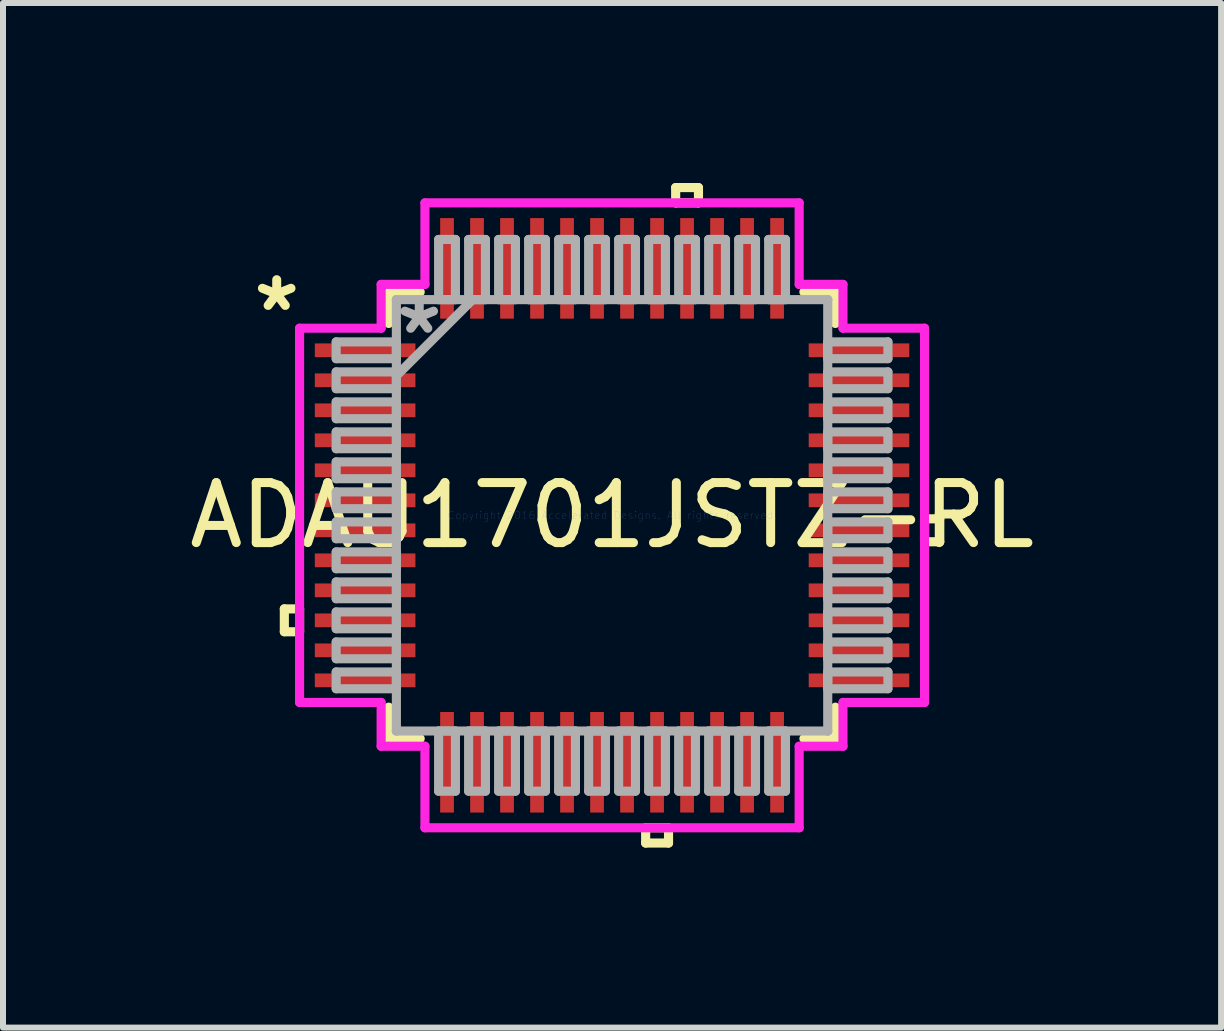
<source format=kicad_pcb>
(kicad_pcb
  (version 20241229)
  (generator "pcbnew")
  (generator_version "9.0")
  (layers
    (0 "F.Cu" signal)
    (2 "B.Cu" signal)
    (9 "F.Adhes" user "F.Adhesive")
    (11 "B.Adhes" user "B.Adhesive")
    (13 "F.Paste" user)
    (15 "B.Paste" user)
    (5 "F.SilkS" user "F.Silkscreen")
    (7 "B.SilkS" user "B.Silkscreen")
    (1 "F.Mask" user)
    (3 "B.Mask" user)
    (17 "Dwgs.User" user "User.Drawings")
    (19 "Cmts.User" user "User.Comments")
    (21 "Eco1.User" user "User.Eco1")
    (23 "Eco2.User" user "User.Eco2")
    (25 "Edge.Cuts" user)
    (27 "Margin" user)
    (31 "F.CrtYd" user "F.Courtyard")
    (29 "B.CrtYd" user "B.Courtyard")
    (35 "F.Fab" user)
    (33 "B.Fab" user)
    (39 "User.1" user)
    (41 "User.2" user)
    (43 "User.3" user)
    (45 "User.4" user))
  (footprint "ADAU1701JSTZ-RL"
    (layer "F.Cu")
    (at 7.149 5.537)
    (property "Reference" "ADAU1701JSTZ-RL" (at 0 0 0) (layer "F.SilkS") (effects (font (size 1 1) (thickness 0.15))))
    (attr through_hole)
    (fp_line (start -5.461 1.559) (end -5.461 1.94) (stroke (width 0.152) (type solid)) (layer "F.SilkS"))
    (fp_line (start -5.461 1.94) (end -5.207 1.94) (stroke (width 0.152) (type solid)) (layer "F.SilkS"))
    (fp_line (start -5.207 1.559) (end -5.461 1.559) (stroke (width 0.152) (type solid)) (layer "F.SilkS"))
    (fp_line (start -5.207 1.94) (end -5.207 1.559) (stroke (width 0.152) (type solid)) (layer "F.SilkS"))
    (fp_line (start -3.721 -3.721) (end -3.721 -3.197) (stroke (width 0.152) (type solid)) (layer "F.SilkS"))
    (fp_line (start -3.721 3.197) (end -3.721 3.721) (stroke (width 0.152) (type solid)) (layer "F.SilkS"))
    (fp_line (start -3.721 3.721) (end -3.197 3.721) (stroke (width 0.152) (type solid)) (layer "F.SilkS"))
    (fp_line (start -3.197 -3.721) (end -3.721 -3.721) (stroke (width 0.152) (type solid)) (layer "F.SilkS"))
    (fp_line (start 0.56 5.207) (end 0.56 5.461) (stroke (width 0.152) (type solid)) (layer "F.SilkS"))
    (fp_line (start 0.56 5.461) (end 0.941 5.461) (stroke (width 0.152) (type solid)) (layer "F.SilkS"))
    (fp_line (start 0.941 5.207) (end 0.56 5.207) (stroke (width 0.152) (type solid)) (layer "F.SilkS"))
    (fp_line (start 0.941 5.461) (end 0.941 5.207) (stroke (width 0.152) (type solid)) (layer "F.SilkS"))
    (fp_line (start 1.06 -5.461) (end 1.44 -5.461) (stroke (width 0.152) (type solid)) (layer "F.SilkS"))
    (fp_line (start 1.06 -5.207) (end 1.06 -5.461) (stroke (width 0.152) (type solid)) (layer "F.SilkS"))
    (fp_line (start 1.44 -5.461) (end 1.44 -5.207) (stroke (width 0.152) (type solid)) (layer "F.SilkS"))
    (fp_line (start 1.44 -5.207) (end 1.06 -5.207) (stroke (width 0.152) (type solid)) (layer "F.SilkS"))
    (fp_line (start 3.197 3.721) (end 3.721 3.721) (stroke (width 0.152) (type solid)) (layer "F.SilkS"))
    (fp_line (start 3.721 -3.721) (end 3.197 -3.721) (stroke (width 0.152) (type solid)) (layer "F.SilkS"))
    (fp_line (start 3.721 -3.197) (end 3.721 -3.721) (stroke (width 0.152) (type solid)) (layer "F.SilkS"))
    (fp_line (start 3.721 3.721) (end 3.721 3.197) (stroke (width 0.152) (type solid)) (layer "F.SilkS"))
    (fp_line (start 5.207 0.059) (end 5.461 0.059) (stroke (width 0.152) (type solid)) (layer "F.SilkS"))
    (fp_line (start 5.207 0.441) (end 5.207 0.059) (stroke (width 0.152) (type solid)) (layer "F.SilkS"))
    (fp_line (start 5.461 0.059) (end 5.461 0.441) (stroke (width 0.152) (type solid)) (layer "F.SilkS"))
    (fp_line (start 5.461 0.441) (end 5.207 0.441) (stroke (width 0.152) (type solid)) (layer "F.SilkS"))
    (fp_line (start -5.207 -3.118) (end -3.848 -3.118) (stroke (width 0.152) (type solid)) (layer "F.CrtYd"))
    (fp_line (start -5.207 3.118) (end -5.207 -3.118) (stroke (width 0.152) (type solid)) (layer "F.CrtYd"))
    (fp_line (start -3.848 -3.848) (end -3.118 -3.848) (stroke (width 0.152) (type solid)) (layer "F.CrtYd"))
    (fp_line (start -3.848 -3.118) (end -3.848 -3.848) (stroke (width 0.152) (type solid)) (layer "F.CrtYd"))
    (fp_line (start -3.848 3.118) (end -5.207 3.118) (stroke (width 0.152) (type solid)) (layer "F.CrtYd"))
    (fp_line (start -3.848 3.848) (end -3.848 3.118) (stroke (width 0.152) (type solid)) (layer "F.CrtYd"))
    (fp_line (start -3.118 -5.207) (end 3.118 -5.207) (stroke (width 0.152) (type solid)) (layer "F.CrtYd"))
    (fp_line (start -3.118 -3.848) (end -3.118 -5.207) (stroke (width 0.152) (type solid)) (layer "F.CrtYd"))
    (fp_line (start -3.118 3.848) (end -3.848 3.848) (stroke (width 0.152) (type solid)) (layer "F.CrtYd"))
    (fp_line (start -3.118 5.207) (end -3.118 3.848) (stroke (width 0.152) (type solid)) (layer "F.CrtYd"))
    (fp_line (start 3.118 -5.207) (end 3.118 -3.848) (stroke (width 0.152) (type solid)) (layer "F.CrtYd"))
    (fp_line (start 3.118 -3.848) (end 3.848 -3.848) (stroke (width 0.152) (type solid)) (layer "F.CrtYd"))
    (fp_line (start 3.118 3.848) (end 3.118 5.207) (stroke (width 0.152) (type solid)) (layer "F.CrtYd"))
    (fp_line (start 3.118 5.207) (end -3.118 5.207) (stroke (width 0.152) (type solid)) (layer "F.CrtYd"))
    (fp_line (start 3.848 -3.848) (end 3.848 -3.118) (stroke (width 0.152) (type solid)) (layer "F.CrtYd"))
    (fp_line (start 3.848 -3.118) (end 5.207 -3.118) (stroke (width 0.152) (type solid)) (layer "F.CrtYd"))
    (fp_line (start 3.848 3.118) (end 3.848 3.848) (stroke (width 0.152) (type solid)) (layer "F.CrtYd"))
    (fp_line (start 3.848 3.848) (end 3.118 3.848) (stroke (width 0.152) (type solid)) (layer "F.CrtYd"))
    (fp_line (start 5.207 -3.118) (end 5.207 3.118) (stroke (width 0.152) (type solid)) (layer "F.CrtYd"))
    (fp_line (start 5.207 3.118) (end 3.848 3.118) (stroke (width 0.152) (type solid)) (layer "F.CrtYd"))
    (fp_line (start -4.597 -2.89) (end -4.597 -2.61) (stroke (width 0.152) (type solid)) (layer "F.Fab"))
    (fp_line (start -4.597 -2.61) (end -3.594 -2.61) (stroke (width 0.152) (type solid)) (layer "F.Fab"))
    (fp_line (start -4.597 -2.39) (end -4.597 -2.11) (stroke (width 0.152) (type solid)) (layer "F.Fab"))
    (fp_line (start -4.597 -2.11) (end -3.594 -2.11) (stroke (width 0.152) (type solid)) (layer "F.Fab"))
    (fp_line (start -4.597 -1.89) (end -4.597 -1.61) (stroke (width 0.152) (type solid)) (layer "F.Fab"))
    (fp_line (start -4.597 -1.61) (end -3.594 -1.61) (stroke (width 0.152) (type solid)) (layer "F.Fab"))
    (fp_line (start -4.597 -1.39) (end -4.597 -1.11) (stroke (width 0.152) (type solid)) (layer "F.Fab"))
    (fp_line (start -4.597 -1.11) (end -3.594 -1.11) (stroke (width 0.152) (type solid)) (layer "F.Fab"))
    (fp_line (start -4.597 -0.89) (end -4.597 -0.61) (stroke (width 0.152) (type solid)) (layer "F.Fab"))
    (fp_line (start -4.597 -0.61) (end -3.594 -0.61) (stroke (width 0.152) (type solid)) (layer "F.Fab"))
    (fp_line (start -4.597 -0.39) (end -4.597 -0.11) (stroke (width 0.152) (type solid)) (layer "F.Fab"))
    (fp_line (start -4.597 -0.11) (end -3.594 -0.11) (stroke (width 0.152) (type solid)) (layer "F.Fab"))
    (fp_line (start -4.597 0.11) (end -4.597 0.39) (stroke (width 0.152) (type solid)) (layer "F.Fab"))
    (fp_line (start -4.597 0.39) (end -3.594 0.39) (stroke (width 0.152) (type solid)) (layer "F.Fab"))
    (fp_line (start -4.597 0.61) (end -4.597 0.89) (stroke (width 0.152) (type solid)) (layer "F.Fab"))
    (fp_line (start -4.597 0.89) (end -3.594 0.89) (stroke (width 0.152) (type solid)) (layer "F.Fab"))
    (fp_line (start -4.597 1.11) (end -4.597 1.39) (stroke (width 0.152) (type solid)) (layer "F.Fab"))
    (fp_line (start -4.597 1.39) (end -3.594 1.39) (stroke (width 0.152) (type solid)) (layer "F.Fab"))
    (fp_line (start -4.597 1.61) (end -4.597 1.89) (stroke (width 0.152) (type solid)) (layer "F.Fab"))
    (fp_line (start -4.597 1.89) (end -3.594 1.89) (stroke (width 0.152) (type solid)) (layer "F.Fab"))
    (fp_line (start -4.597 2.11) (end -4.597 2.39) (stroke (width 0.152) (type solid)) (layer "F.Fab"))
    (fp_line (start -4.597 2.39) (end -3.594 2.39) (stroke (width 0.152) (type solid)) (layer "F.Fab"))
    (fp_line (start -4.597 2.61) (end -4.597 2.89) (stroke (width 0.152) (type solid)) (layer "F.Fab"))
    (fp_line (start -4.597 2.89) (end -3.594 2.89) (stroke (width 0.152) (type solid)) (layer "F.Fab"))
    (fp_line (start -3.594 -3.594) (end -3.594 -3.594) (stroke (width 0.152) (type solid)) (layer "F.Fab"))
    (fp_line (start -3.594 -3.594) (end -3.594 3.594) (stroke (width 0.152) (type solid)) (layer "F.Fab"))
    (fp_line (start -3.594 -2.89) (end -4.597 -2.89) (stroke (width 0.152) (type solid)) (layer "F.Fab"))
    (fp_line (start -3.594 -2.61) (end -3.594 -2.89) (stroke (width 0.152) (type solid)) (layer "F.Fab"))
    (fp_line (start -3.594 -2.39) (end -4.597 -2.39) (stroke (width 0.152) (type solid)) (layer "F.Fab"))
    (fp_line (start -3.594 -2.324) (end -2.324 -3.594) (stroke (width 0.152) (type solid)) (layer "F.Fab"))
    (fp_line (start -3.594 -2.11) (end -3.594 -2.39) (stroke (width 0.152) (type solid)) (layer "F.Fab"))
    (fp_line (start -3.594 -1.89) (end -4.597 -1.89) (stroke (width 0.152) (type solid)) (layer "F.Fab"))
    (fp_line (start -3.594 -1.61) (end -3.594 -1.89) (stroke (width 0.152) (type solid)) (layer "F.Fab"))
    (fp_line (start -3.594 -1.39) (end -4.597 -1.39) (stroke (width 0.152) (type solid)) (layer "F.Fab"))
    (fp_line (start -3.594 -1.11) (end -3.594 -1.39) (stroke (width 0.152) (type solid)) (layer "F.Fab"))
    (fp_line (start -3.594 -0.89) (end -4.597 -0.89) (stroke (width 0.152) (type solid)) (layer "F.Fab"))
    (fp_line (start -3.594 -0.61) (end -3.594 -0.89) (stroke (width 0.152) (type solid)) (layer "F.Fab"))
    (fp_line (start -3.594 -0.39) (end -4.597 -0.39) (stroke (width 0.152) (type solid)) (layer "F.Fab"))
    (fp_line (start -3.594 -0.11) (end -3.594 -0.39) (stroke (width 0.152) (type solid)) (layer "F.Fab"))
    (fp_line (start -3.594 0.11) (end -4.597 0.11) (stroke (width 0.152) (type solid)) (layer "F.Fab"))
    (fp_line (start -3.594 0.39) (end -3.594 0.11) (stroke (width 0.152) (type solid)) (layer "F.Fab"))
    (fp_line (start -3.594 0.61) (end -4.597 0.61) (stroke (width 0.152) (type solid)) (layer "F.Fab"))
    (fp_line (start -3.594 0.89) (end -3.594 0.61) (stroke (width 0.152) (type solid)) (layer "F.Fab"))
    (fp_line (start -3.594 1.11) (end -4.597 1.11) (stroke (width 0.152) (type solid)) (layer "F.Fab"))
    (fp_line (start -3.594 1.39) (end -3.594 1.11) (stroke (width 0.152) (type solid)) (layer "F.Fab"))
    (fp_line (start -3.594 1.61) (end -4.597 1.61) (stroke (width 0.152) (type solid)) (layer "F.Fab"))
    (fp_line (start -3.594 1.89) (end -3.594 1.61) (stroke (width 0.152) (type solid)) (layer "F.Fab"))
    (fp_line (start -3.594 2.11) (end -4.597 2.11) (stroke (width 0.152) (type solid)) (layer "F.Fab"))
    (fp_line (start -3.594 2.39) (end -3.594 2.11) (stroke (width 0.152) (type solid)) (layer "F.Fab"))
    (fp_line (start -3.594 2.61) (end -4.597 2.61) (stroke (width 0.152) (type solid)) (layer "F.Fab"))
    (fp_line (start -3.594 2.89) (end -3.594 2.61) (stroke (width 0.152) (type solid)) (layer "F.Fab"))
    (fp_line (start -3.594 3.594) (end -3.594 3.594) (stroke (width 0.152) (type solid)) (layer "F.Fab"))
    (fp_line (start -3.594 3.594) (end 3.594 3.594) (stroke (width 0.152) (type solid)) (layer "F.Fab"))
    (fp_line (start -2.89 -4.597) (end -2.89 -3.594) (stroke (width 0.152) (type solid)) (layer "F.Fab"))
    (fp_line (start -2.89 -3.594) (end -2.61 -3.594) (stroke (width 0.152) (type solid)) (layer "F.Fab"))
    (fp_line (start -2.89 3.594) (end -2.89 4.597) (stroke (width 0.152) (type solid)) (layer "F.Fab"))
    (fp_line (start -2.89 4.597) (end -2.61 4.597) (stroke (width 0.152) (type solid)) (layer "F.Fab"))
    (fp_line (start -2.61 -4.597) (end -2.89 -4.597) (stroke (width 0.152) (type solid)) (layer "F.Fab"))
    (fp_line (start -2.61 -3.594) (end -2.61 -4.597) (stroke (width 0.152) (type solid)) (layer "F.Fab"))
    (fp_line (start -2.61 3.594) (end -2.89 3.594) (stroke (width 0.152) (type solid)) (layer "F.Fab"))
    (fp_line (start -2.61 4.597) (end -2.61 3.594) (stroke (width 0.152) (type solid)) (layer "F.Fab"))
    (fp_line (start -2.39 -4.597) (end -2.39 -3.594) (stroke (width 0.152) (type solid)) (layer "F.Fab"))
    (fp_line (start -2.39 -3.594) (end -2.11 -3.594) (stroke (width 0.152) (type solid)) (layer "F.Fab"))
    (fp_line (start -2.39 3.594) (end -2.39 4.597) (stroke (width 0.152) (type solid)) (layer "F.Fab"))
    (fp_line (start -2.39 4.597) (end -2.11 4.597) (stroke (width 0.152) (type solid)) (layer "F.Fab"))
    (fp_line (start -2.11 -4.597) (end -2.39 -4.597) (stroke (width 0.152) (type solid)) (layer "F.Fab"))
    (fp_line (start -2.11 -3.594) (end -2.11 -4.597) (stroke (width 0.152) (type solid)) (layer "F.Fab"))
    (fp_line (start -2.11 3.594) (end -2.39 3.594) (stroke (width 0.152) (type solid)) (layer "F.Fab"))
    (fp_line (start -2.11 4.597) (end -2.11 3.594) (stroke (width 0.152) (type solid)) (layer "F.Fab"))
    (fp_line (start -1.89 -4.597) (end -1.89 -3.594) (stroke (width 0.152) (type solid)) (layer "F.Fab"))
    (fp_line (start -1.89 -3.594) (end -1.61 -3.594) (stroke (width 0.152) (type solid)) (layer "F.Fab"))
    (fp_line (start -1.89 3.594) (end -1.89 4.597) (stroke (width 0.152) (type solid)) (layer "F.Fab"))
    (fp_line (start -1.89 4.597) (end -1.61 4.597) (stroke (width 0.152) (type solid)) (layer "F.Fab"))
    (fp_line (start -1.61 -4.597) (end -1.89 -4.597) (stroke (width 0.152) (type solid)) (layer "F.Fab"))
    (fp_line (start -1.61 -3.594) (end -1.61 -4.597) (stroke (width 0.152) (type solid)) (layer "F.Fab"))
    (fp_line (start -1.61 3.594) (end -1.89 3.594) (stroke (width 0.152) (type solid)) (layer "F.Fab"))
    (fp_line (start -1.61 4.597) (end -1.61 3.594) (stroke (width 0.152) (type solid)) (layer "F.Fab"))
    (fp_line (start -1.39 -4.597) (end -1.39 -3.594) (stroke (width 0.152) (type solid)) (layer "F.Fab"))
    (fp_line (start -1.39 -3.594) (end -1.11 -3.594) (stroke (width 0.152) (type solid)) (layer "F.Fab"))
    (fp_line (start -1.39 3.594) (end -1.39 4.597) (stroke (width 0.152) (type solid)) (layer "F.Fab"))
    (fp_line (start -1.39 4.597) (end -1.11 4.597) (stroke (width 0.152) (type solid)) (layer "F.Fab"))
    (fp_line (start -1.11 -4.597) (end -1.39 -4.597) (stroke (width 0.152) (type solid)) (layer "F.Fab"))
    (fp_line (start -1.11 -3.594) (end -1.11 -4.597) (stroke (width 0.152) (type solid)) (layer "F.Fab"))
    (fp_line (start -1.11 3.594) (end -1.39 3.594) (stroke (width 0.152) (type solid)) (layer "F.Fab"))
    (fp_line (start -1.11 4.597) (end -1.11 3.594) (stroke (width 0.152) (type solid)) (layer "F.Fab"))
    (fp_line (start -0.89 -4.597) (end -0.89 -3.594) (stroke (width 0.152) (type solid)) (layer "F.Fab"))
    (fp_line (start -0.89 -3.594) (end -0.61 -3.594) (stroke (width 0.152) (type solid)) (layer "F.Fab"))
    (fp_line (start -0.89 3.594) (end -0.89 4.597) (stroke (width 0.152) (type solid)) (layer "F.Fab"))
    (fp_line (start -0.89 4.597) (end -0.61 4.597) (stroke (width 0.152) (type solid)) (layer "F.Fab"))
    (fp_line (start -0.61 -4.597) (end -0.89 -4.597) (stroke (width 0.152) (type solid)) (layer "F.Fab"))
    (fp_line (start -0.61 -3.594) (end -0.61 -4.597) (stroke (width 0.152) (type solid)) (layer "F.Fab"))
    (fp_line (start -0.61 3.594) (end -0.89 3.594) (stroke (width 0.152) (type solid)) (layer "F.Fab"))
    (fp_line (start -0.61 4.597) (end -0.61 3.594) (stroke (width 0.152) (type solid)) (layer "F.Fab"))
    (fp_line (start -0.39 -4.597) (end -0.39 -3.594) (stroke (width 0.152) (type solid)) (layer "F.Fab"))
    (fp_line (start -0.39 -3.594) (end -0.11 -3.594) (stroke (width 0.152) (type solid)) (layer "F.Fab"))
    (fp_line (start -0.39 3.594) (end -0.39 4.597) (stroke (width 0.152) (type solid)) (layer "F.Fab"))
    (fp_line (start -0.39 4.597) (end -0.11 4.597) (stroke (width 0.152) (type solid)) (layer "F.Fab"))
    (fp_line (start -0.11 -4.597) (end -0.39 -4.597) (stroke (width 0.152) (type solid)) (layer "F.Fab"))
    (fp_line (start -0.11 -3.594) (end -0.11 -4.597) (stroke (width 0.152) (type solid)) (layer "F.Fab"))
    (fp_line (start -0.11 3.594) (end -0.39 3.594) (stroke (width 0.152) (type solid)) (layer "F.Fab"))
    (fp_line (start -0.11 4.597) (end -0.11 3.594) (stroke (width 0.152) (type solid)) (layer "F.Fab"))
    (fp_line (start 0.11 -4.597) (end 0.11 -3.594) (stroke (width 0.152) (type solid)) (layer "F.Fab"))
    (fp_line (start 0.11 -3.594) (end 0.39 -3.594) (stroke (width 0.152) (type solid)) (layer "F.Fab"))
    (fp_line (start 0.11 3.594) (end 0.11 4.597) (stroke (width 0.152) (type solid)) (layer "F.Fab"))
    (fp_line (start 0.11 4.597) (end 0.39 4.597) (stroke (width 0.152) (type solid)) (layer "F.Fab"))
    (fp_line (start 0.39 -4.597) (end 0.11 -4.597) (stroke (width 0.152) (type solid)) (layer "F.Fab"))
    (fp_line (start 0.39 -3.594) (end 0.39 -4.597) (stroke (width 0.152) (type solid)) (layer "F.Fab"))
    (fp_line (start 0.39 3.594) (end 0.11 3.594) (stroke (width 0.152) (type solid)) (layer "F.Fab"))
    (fp_line (start 0.39 4.597) (end 0.39 3.594) (stroke (width 0.152) (type solid)) (layer "F.Fab"))
    (fp_line (start 0.61 -4.597) (end 0.61 -3.594) (stroke (width 0.152) (type solid)) (layer "F.Fab"))
    (fp_line (start 0.61 -3.594) (end 0.89 -3.594) (stroke (width 0.152) (type solid)) (layer "F.Fab"))
    (fp_line (start 0.61 3.594) (end 0.61 4.597) (stroke (width 0.152) (type solid)) (layer "F.Fab"))
    (fp_line (start 0.61 4.597) (end 0.89 4.597) (stroke (width 0.152) (type solid)) (layer "F.Fab"))
    (fp_line (start 0.89 -4.597) (end 0.61 -4.597) (stroke (width 0.152) (type solid)) (layer "F.Fab"))
    (fp_line (start 0.89 -3.594) (end 0.89 -4.597) (stroke (width 0.152) (type solid)) (layer "F.Fab"))
    (fp_line (start 0.89 3.594) (end 0.61 3.594) (stroke (width 0.152) (type solid)) (layer "F.Fab"))
    (fp_line (start 0.89 4.597) (end 0.89 3.594) (stroke (width 0.152) (type solid)) (layer "F.Fab"))
    (fp_line (start 1.11 -4.597) (end 1.11 -3.594) (stroke (width 0.152) (type solid)) (layer "F.Fab"))
    (fp_line (start 1.11 -3.594) (end 1.39 -3.594) (stroke (width 0.152) (type solid)) (layer "F.Fab"))
    (fp_line (start 1.11 3.594) (end 1.11 4.597) (stroke (width 0.152) (type solid)) (layer "F.Fab"))
    (fp_line (start 1.11 4.597) (end 1.39 4.597) (stroke (width 0.152) (type solid)) (layer "F.Fab"))
    (fp_line (start 1.39 -4.597) (end 1.11 -4.597) (stroke (width 0.152) (type solid)) (layer "F.Fab"))
    (fp_line (start 1.39 -3.594) (end 1.39 -4.597) (stroke (width 0.152) (type solid)) (layer "F.Fab"))
    (fp_line (start 1.39 3.594) (end 1.11 3.594) (stroke (width 0.152) (type solid)) (layer "F.Fab"))
    (fp_line (start 1.39 4.597) (end 1.39 3.594) (stroke (width 0.152) (type solid)) (layer "F.Fab"))
    (fp_line (start 1.61 -4.597) (end 1.61 -3.594) (stroke (width 0.152) (type solid)) (layer "F.Fab"))
    (fp_line (start 1.61 -3.594) (end 1.89 -3.594) (stroke (width 0.152) (type solid)) (layer "F.Fab"))
    (fp_line (start 1.61 3.594) (end 1.61 4.597) (stroke (width 0.152) (type solid)) (layer "F.Fab"))
    (fp_line (start 1.61 4.597) (end 1.89 4.597) (stroke (width 0.152) (type solid)) (layer "F.Fab"))
    (fp_line (start 1.89 -4.597) (end 1.61 -4.597) (stroke (width 0.152) (type solid)) (layer "F.Fab"))
    (fp_line (start 1.89 -3.594) (end 1.89 -4.597) (stroke (width 0.152) (type solid)) (layer "F.Fab"))
    (fp_line (start 1.89 3.594) (end 1.61 3.594) (stroke (width 0.152) (type solid)) (layer "F.Fab"))
    (fp_line (start 1.89 4.597) (end 1.89 3.594) (stroke (width 0.152) (type solid)) (layer "F.Fab"))
    (fp_line (start 2.11 -4.597) (end 2.11 -3.594) (stroke (width 0.152) (type solid)) (layer "F.Fab"))
    (fp_line (start 2.11 -3.594) (end 2.39 -3.594) (stroke (width 0.152) (type solid)) (layer "F.Fab"))
    (fp_line (start 2.11 3.594) (end 2.11 4.597) (stroke (width 0.152) (type solid)) (layer "F.Fab"))
    (fp_line (start 2.11 4.597) (end 2.39 4.597) (stroke (width 0.152) (type solid)) (layer "F.Fab"))
    (fp_line (start 2.39 -4.597) (end 2.11 -4.597) (stroke (width 0.152) (type solid)) (layer "F.Fab"))
    (fp_line (start 2.39 -3.594) (end 2.39 -4.597) (stroke (width 0.152) (type solid)) (layer "F.Fab"))
    (fp_line (start 2.39 3.594) (end 2.11 3.594) (stroke (width 0.152) (type solid)) (layer "F.Fab"))
    (fp_line (start 2.39 4.597) (end 2.39 3.594) (stroke (width 0.152) (type solid)) (layer "F.Fab"))
    (fp_line (start 2.61 -4.597) (end 2.61 -3.594) (stroke (width 0.152) (type solid)) (layer "F.Fab"))
    (fp_line (start 2.61 -3.594) (end 2.89 -3.594) (stroke (width 0.152) (type solid)) (layer "F.Fab"))
    (fp_line (start 2.61 3.594) (end 2.61 4.597) (stroke (width 0.152) (type solid)) (layer "F.Fab"))
    (fp_line (start 2.61 4.597) (end 2.89 4.597) (stroke (width 0.152) (type solid)) (layer "F.Fab"))
    (fp_line (start 2.89 -4.597) (end 2.61 -4.597) (stroke (width 0.152) (type solid)) (layer "F.Fab"))
    (fp_line (start 2.89 -3.594) (end 2.89 -4.597) (stroke (width 0.152) (type solid)) (layer "F.Fab"))
    (fp_line (start 2.89 3.594) (end 2.61 3.594) (stroke (width 0.152) (type solid)) (layer "F.Fab"))
    (fp_line (start 2.89 4.597) (end 2.89 3.594) (stroke (width 0.152) (type solid)) (layer "F.Fab"))
    (fp_line (start 3.594 -3.594) (end -3.594 -3.594) (stroke (width 0.152) (type solid)) (layer "F.Fab"))
    (fp_line (start 3.594 -3.594) (end 3.594 -3.594) (stroke (width 0.152) (type solid)) (layer "F.Fab"))
    (fp_line (start 3.594 -2.89) (end 3.594 -2.61) (stroke (width 0.152) (type solid)) (layer "F.Fab"))
    (fp_line (start 3.594 -2.61) (end 4.597 -2.61) (stroke (width 0.152) (type solid)) (layer "F.Fab"))
    (fp_line (start 3.594 -2.39) (end 3.594 -2.11) (stroke (width 0.152) (type solid)) (layer "F.Fab"))
    (fp_line (start 3.594 -2.11) (end 4.597 -2.11) (stroke (width 0.152) (type solid)) (layer "F.Fab"))
    (fp_line (start 3.594 -1.89) (end 3.594 -1.61) (stroke (width 0.152) (type solid)) (layer "F.Fab"))
    (fp_line (start 3.594 -1.61) (end 4.597 -1.61) (stroke (width 0.152) (type solid)) (layer "F.Fab"))
    (fp_line (start 3.594 -1.39) (end 3.594 -1.11) (stroke (width 0.152) (type solid)) (layer "F.Fab"))
    (fp_line (start 3.594 -1.11) (end 4.597 -1.11) (stroke (width 0.152) (type solid)) (layer "F.Fab"))
    (fp_line (start 3.594 -0.89) (end 3.594 -0.61) (stroke (width 0.152) (type solid)) (layer "F.Fab"))
    (fp_line (start 3.594 -0.61) (end 4.597 -0.61) (stroke (width 0.152) (type solid)) (layer "F.Fab"))
    (fp_line (start 3.594 -0.39) (end 3.594 -0.11) (stroke (width 0.152) (type solid)) (layer "F.Fab"))
    (fp_line (start 3.594 -0.11) (end 4.597 -0.11) (stroke (width 0.152) (type solid)) (layer "F.Fab"))
    (fp_line (start 3.594 0.11) (end 3.594 0.39) (stroke (width 0.152) (type solid)) (layer "F.Fab"))
    (fp_line (start 3.594 0.39) (end 4.597 0.39) (stroke (width 0.152) (type solid)) (layer "F.Fab"))
    (fp_line (start 3.594 0.61) (end 3.594 0.89) (stroke (width 0.152) (type solid)) (layer "F.Fab"))
    (fp_line (start 3.594 0.89) (end 4.597 0.89) (stroke (width 0.152) (type solid)) (layer "F.Fab"))
    (fp_line (start 3.594 1.11) (end 3.594 1.39) (stroke (width 0.152) (type solid)) (layer "F.Fab"))
    (fp_line (start 3.594 1.39) (end 4.597 1.39) (stroke (width 0.152) (type solid)) (layer "F.Fab"))
    (fp_line (start 3.594 1.61) (end 3.594 1.89) (stroke (width 0.152) (type solid)) (layer "F.Fab"))
    (fp_line (start 3.594 1.89) (end 4.597 1.89) (stroke (width 0.152) (type solid)) (layer "F.Fab"))
    (fp_line (start 3.594 2.11) (end 3.594 2.39) (stroke (width 0.152) (type solid)) (layer "F.Fab"))
    (fp_line (start 3.594 2.39) (end 4.597 2.39) (stroke (width 0.152) (type solid)) (layer "F.Fab"))
    (fp_line (start 3.594 2.61) (end 3.594 2.89) (stroke (width 0.152) (type solid)) (layer "F.Fab"))
    (fp_line (start 3.594 2.89) (end 4.597 2.89) (stroke (width 0.152) (type solid)) (layer "F.Fab"))
    (fp_line (start 3.594 3.594) (end 3.594 -3.594) (stroke (width 0.152) (type solid)) (layer "F.Fab"))
    (fp_line (start 3.594 3.594) (end 3.594 3.594) (stroke (width 0.152) (type solid)) (layer "F.Fab"))
    (fp_line (start 4.597 -2.89) (end 3.594 -2.89) (stroke (width 0.152) (type solid)) (layer "F.Fab"))
    (fp_line (start 4.597 -2.61) (end 4.597 -2.89) (stroke (width 0.152) (type solid)) (layer "F.Fab"))
    (fp_line (start 4.597 -2.39) (end 3.594 -2.39) (stroke (width 0.152) (type solid)) (layer "F.Fab"))
    (fp_line (start 4.597 -2.11) (end 4.597 -2.39) (stroke (width 0.152) (type solid)) (layer "F.Fab"))
    (fp_line (start 4.597 -1.89) (end 3.594 -1.89) (stroke (width 0.152) (type solid)) (layer "F.Fab"))
    (fp_line (start 4.597 -1.61) (end 4.597 -1.89) (stroke (width 0.152) (type solid)) (layer "F.Fab"))
    (fp_line (start 4.597 -1.39) (end 3.594 -1.39) (stroke (width 0.152) (type solid)) (layer "F.Fab"))
    (fp_line (start 4.597 -1.11) (end 4.597 -1.39) (stroke (width 0.152) (type solid)) (layer "F.Fab"))
    (fp_line (start 4.597 -0.89) (end 3.594 -0.89) (stroke (width 0.152) (type solid)) (layer "F.Fab"))
    (fp_line (start 4.597 -0.61) (end 4.597 -0.89) (stroke (width 0.152) (type solid)) (layer "F.Fab"))
    (fp_line (start 4.597 -0.39) (end 3.594 -0.39) (stroke (width 0.152) (type solid)) (layer "F.Fab"))
    (fp_line (start 4.597 -0.11) (end 4.597 -0.39) (stroke (width 0.152) (type solid)) (layer "F.Fab"))
    (fp_line (start 4.597 0.11) (end 3.594 0.11) (stroke (width 0.152) (type solid)) (layer "F.Fab"))
    (fp_line (start 4.597 0.39) (end 4.597 0.11) (stroke (width 0.152) (type solid)) (layer "F.Fab"))
    (fp_line (start 4.597 0.61) (end 3.594 0.61) (stroke (width 0.152) (type solid)) (layer "F.Fab"))
    (fp_line (start 4.597 0.89) (end 4.597 0.61) (stroke (width 0.152) (type solid)) (layer "F.Fab"))
    (fp_line (start 4.597 1.11) (end 3.594 1.11) (stroke (width 0.152) (type solid)) (layer "F.Fab"))
    (fp_line (start 4.597 1.39) (end 4.597 1.11) (stroke (width 0.152) (type solid)) (layer "F.Fab"))
    (fp_line (start 4.597 1.61) (end 3.594 1.61) (stroke (width 0.152) (type solid)) (layer "F.Fab"))
    (fp_line (start 4.597 1.89) (end 4.597 1.61) (stroke (width 0.152) (type solid)) (layer "F.Fab"))
    (fp_line (start 4.597 2.11) (end 3.594 2.11) (stroke (width 0.152) (type solid)) (layer "F.Fab"))
    (fp_line (start 4.597 2.39) (end 4.597 2.11) (stroke (width 0.152) (type solid)) (layer "F.Fab"))
    (fp_line (start 4.597 2.61) (end 3.594 2.61) (stroke (width 0.152) (type solid)) (layer "F.Fab"))
    (fp_line (start 4.597 2.89) (end 4.597 2.61) (stroke (width 0.152) (type solid)) (layer "F.Fab"))
    (fp_text user "*" (at -5.588 -3.381 0) (layer "F.SilkS") (effects (font (size 1 1) (thickness 0.15))))
    (fp_text user "Copyright 2016 Accelerated Designs. All rights reserved." (at 0 0 0) (layer "Cmts.User") (effects (font (size 0.127 0.127) (thickness 0.002))))
    (fp_text user "*" (at -3.213 -3 0) (layer "F.Fab") (effects (font (size 1 1) (thickness 0.15))))
    (pad "1" smd rect (at -4.115 -2.75 90) (size 0.229 1.676) (layers "F.Cu" "F.Mask" "F.Paste"))
    (pad "2" smd rect (at -4.115 -2.25 90) (size 0.229 1.676) (layers "F.Cu" "F.Mask" "F.Paste"))
    (pad "3" smd rect (at -4.115 -1.75 90) (size 0.229 1.676) (layers "F.Cu" "F.Mask" "F.Paste"))
    (pad "4" smd rect (at -4.115 -1.25 90) (size 0.229 1.676) (layers "F.Cu" "F.Mask" "F.Paste"))
    (pad "5" smd rect (at -4.115 -0.75 90) (size 0.229 1.676) (layers "F.Cu" "F.Mask" "F.Paste"))
    (pad "6" smd rect (at -4.115 -0.25 90) (size 0.229 1.676) (layers "F.Cu" "F.Mask" "F.Paste"))
    (pad "7" smd rect (at -4.115 0.25 90) (size 0.229 1.676) (layers "F.Cu" "F.Mask" "F.Paste"))
    (pad "8" smd rect (at -4.115 0.75 90) (size 0.229 1.676) (layers "F.Cu" "F.Mask" "F.Paste"))
    (pad "9" smd rect (at -4.115 1.25 90) (size 0.229 1.676) (layers "F.Cu" "F.Mask" "F.Paste"))
    (pad "10" smd rect (at -4.115 1.75 90) (size 0.229 1.676) (layers "F.Cu" "F.Mask" "F.Paste"))
    (pad "11" smd rect (at -4.115 2.25 90) (size 0.229 1.676) (layers "F.Cu" "F.Mask" "F.Paste"))
    (pad "12" smd rect (at -4.115 2.75 90) (size 0.229 1.676) (layers "F.Cu" "F.Mask" "F.Paste"))
    (pad "13" smd rect (at -2.75 4.115) (size 0.229 1.676) (layers "F.Cu" "F.Mask" "F.Paste"))
    (pad "14" smd rect (at -2.25 4.115) (size 0.229 1.676) (layers "F.Cu" "F.Mask" "F.Paste"))
    (pad "15" smd rect (at -1.75 4.115) (size 0.229 1.676) (layers "F.Cu" "F.Mask" "F.Paste"))
    (pad "16" smd rect (at -1.25 4.115) (size 0.229 1.676) (layers "F.Cu" "F.Mask" "F.Paste"))
    (pad "17" smd rect (at -0.75 4.115) (size 0.229 1.676) (layers "F.Cu" "F.Mask" "F.Paste"))
    (pad "18" smd rect (at -0.25 4.115) (size 0.229 1.676) (layers "F.Cu" "F.Mask" "F.Paste"))
    (pad "19" smd rect (at 0.25 4.115) (size 0.229 1.676) (layers "F.Cu" "F.Mask" "F.Paste"))
    (pad "20" smd rect (at 0.75 4.115) (size 0.229 1.676) (layers "F.Cu" "F.Mask" "F.Paste"))
    (pad "21" smd rect (at 1.25 4.115) (size 0.229 1.676) (layers "F.Cu" "F.Mask" "F.Paste"))
    (pad "22" smd rect (at 1.75 4.115) (size 0.229 1.676) (layers "F.Cu" "F.Mask" "F.Paste"))
    (pad "23" smd rect (at 2.25 4.115) (size 0.229 1.676) (layers "F.Cu" "F.Mask" "F.Paste"))
    (pad "24" smd rect (at 2.75 4.115) (size 0.229 1.676) (layers "F.Cu" "F.Mask" "F.Paste"))
    (pad "25" smd rect (at 4.115 2.75 90) (size 0.229 1.676) (layers "F.Cu" "F.Mask" "F.Paste"))
    (pad "26" smd rect (at 4.115 2.25 90) (size 0.229 1.676) (layers "F.Cu" "F.Mask" "F.Paste"))
    (pad "27" smd rect (at 4.115 1.75 90) (size 0.229 1.676) (layers "F.Cu" "F.Mask" "F.Paste"))
    (pad "28" smd rect (at 4.115 1.25 90) (size 0.229 1.676) (layers "F.Cu" "F.Mask" "F.Paste"))
    (pad "29" smd rect (at 4.115 0.75 90) (size 0.229 1.676) (layers "F.Cu" "F.Mask" "F.Paste"))
    (pad "30" smd rect (at 4.115 0.25 90) (size 0.229 1.676) (layers "F.Cu" "F.Mask" "F.Paste"))
    (pad "31" smd rect (at 4.115 -0.25 90) (size 0.229 1.676) (layers "F.Cu" "F.Mask" "F.Paste"))
    (pad "32" smd rect (at 4.115 -0.75 90) (size 0.229 1.676) (layers "F.Cu" "F.Mask" "F.Paste"))
    (pad "33" smd rect (at 4.115 -1.25 90) (size 0.229 1.676) (layers "F.Cu" "F.Mask" "F.Paste"))
    (pad "34" smd rect (at 4.115 -1.75 90) (size 0.229 1.676) (layers "F.Cu" "F.Mask" "F.Paste"))
    (pad "35" smd rect (at 4.115 -2.25 90) (size 0.229 1.676) (layers "F.Cu" "F.Mask" "F.Paste"))
    (pad "36" smd rect (at 4.115 -2.75 90) (size 0.229 1.676) (layers "F.Cu" "F.Mask" "F.Paste"))
    (pad "37" smd rect (at 2.75 -4.115) (size 0.229 1.676) (layers "F.Cu" "F.Mask" "F.Paste"))
    (pad "38" smd rect (at 2.25 -4.115) (size 0.229 1.676) (layers "F.Cu" "F.Mask" "F.Paste"))
    (pad "39" smd rect (at 1.75 -4.115) (size 0.229 1.676) (layers "F.Cu" "F.Mask" "F.Paste"))
    (pad "40" smd rect (at 1.25 -4.115) (size 0.229 1.676) (layers "F.Cu" "F.Mask" "F.Paste"))
    (pad "41" smd rect (at 0.75 -4.115) (size 0.229 1.676) (layers "F.Cu" "F.Mask" "F.Paste"))
    (pad "42" smd rect (at 0.25 -4.115) (size 0.229 1.676) (layers "F.Cu" "F.Mask" "F.Paste"))
    (pad "43" smd rect (at -0.25 -4.115) (size 0.229 1.676) (layers "F.Cu" "F.Mask" "F.Paste"))
    (pad "44" smd rect (at -0.75 -4.115) (size 0.229 1.676) (layers "F.Cu" "F.Mask" "F.Paste"))
    (pad "45" smd rect (at -1.25 -4.115) (size 0.229 1.676) (layers "F.Cu" "F.Mask" "F.Paste"))
    (pad "46" smd rect (at -1.75 -4.115) (size 0.229 1.676) (layers "F.Cu" "F.Mask" "F.Paste"))
    (pad "47" smd rect (at -2.25 -4.115) (size 0.229 1.676) (layers "F.Cu" "F.Mask" "F.Paste"))
    (pad "48" smd rect (at -2.75 -4.115) (size 0.229 1.676) (layers "F.Cu" "F.Mask" "F.Paste")))
  (gr_rect
    (start -3 -3)
    (end 17.298 14.074)
    (stroke (width 0.1) (type default))
    (fill no)
    (layer "Edge.Cuts")))
</source>
